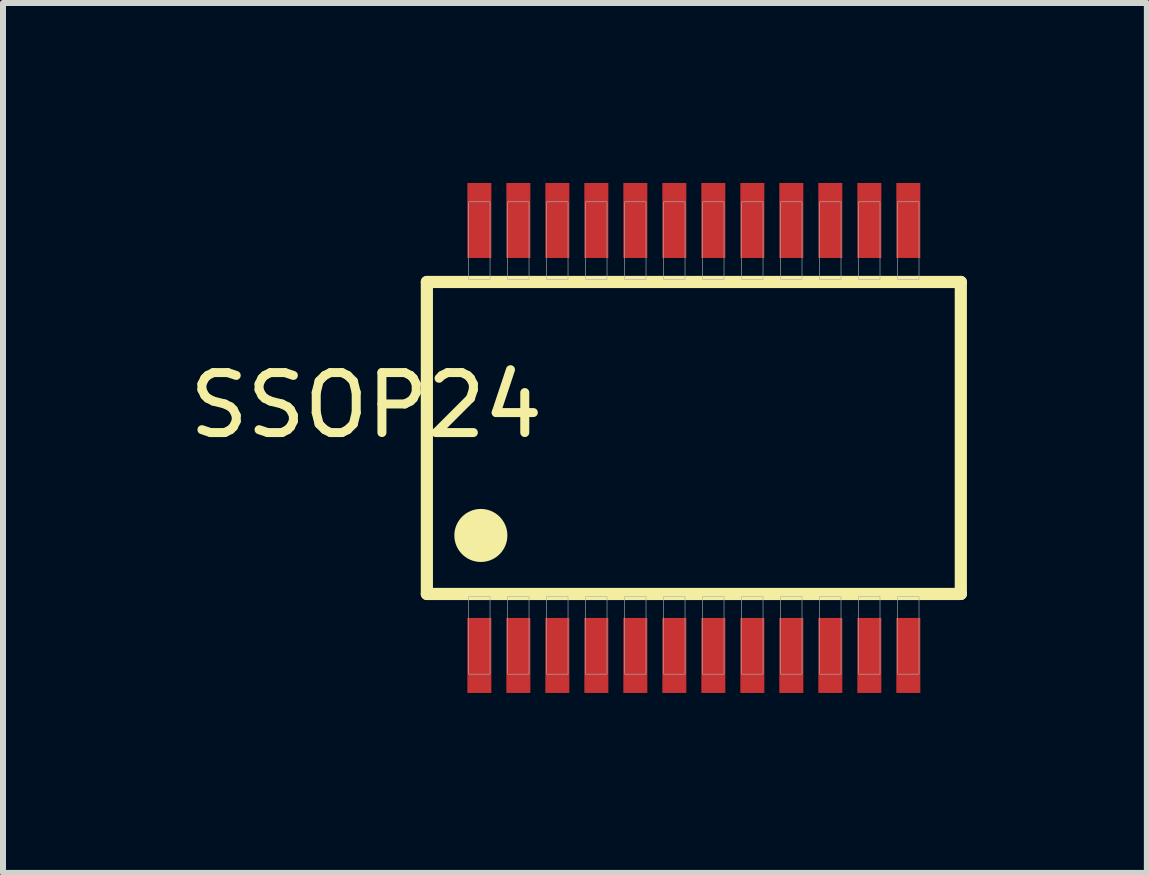
<source format=kicad_pcb>
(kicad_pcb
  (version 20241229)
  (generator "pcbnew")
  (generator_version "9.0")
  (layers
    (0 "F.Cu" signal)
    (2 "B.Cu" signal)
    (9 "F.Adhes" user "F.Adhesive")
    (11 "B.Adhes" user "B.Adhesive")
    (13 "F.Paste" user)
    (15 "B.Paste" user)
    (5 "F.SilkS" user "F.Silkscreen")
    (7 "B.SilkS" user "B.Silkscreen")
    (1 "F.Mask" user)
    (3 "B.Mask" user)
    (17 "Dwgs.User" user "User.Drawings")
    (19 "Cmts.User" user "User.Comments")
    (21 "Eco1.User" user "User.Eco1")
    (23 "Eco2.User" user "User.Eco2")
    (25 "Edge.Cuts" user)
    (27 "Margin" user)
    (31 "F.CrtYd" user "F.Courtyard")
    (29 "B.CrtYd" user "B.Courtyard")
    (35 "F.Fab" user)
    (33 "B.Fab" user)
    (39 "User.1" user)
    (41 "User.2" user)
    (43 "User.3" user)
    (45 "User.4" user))
  (footprint "SSOP24"
    (layer "F.Cu")
    (at 8.515 4.25)
    (property "Reference" "SSOP24" (at -5.461 -0.545 180) (layer "F.SilkS") (effects (font (size 1 1) (thickness 0.15))))
    (attr smd)
    (fp_line (start -4.45 -2.6) (end -4.45 2.6) (stroke (width 0.203) (type solid)) (layer "F.SilkS"))
    (fp_line (start -4.45 2.6) (end 4.45 2.6) (stroke (width 0.203) (type solid)) (layer "F.SilkS"))
    (fp_line (start 4.45 -2.6) (end -4.45 -2.6) (stroke (width 0.203) (type solid)) (layer "F.SilkS"))
    (fp_line (start 4.45 2.6) (end 4.45 -2.6) (stroke (width 0.203) (type solid)) (layer "F.SilkS"))
    (fp_circle (center -3.55 1.625) (end -3.108 1.625) (stroke (width 0) (type solid)) (fill yes) (layer "F.SilkS"))
    (fp_poly (pts (xy -3.753 -3.937) (xy -3.397 -3.937) (xy -3.397 -2.642) (xy -3.753 -2.642)) (stroke (width 0.01) (type solid)) (fill no) (layer "F.Fab"))
    (fp_poly (pts (xy -3.753 2.642) (xy -3.397 2.642) (xy -3.397 3.937) (xy -3.753 3.937)) (stroke (width 0.01) (type solid)) (fill no) (layer "F.Fab"))
    (fp_poly (pts (xy -3.103 -3.937) (xy -2.747 -3.937) (xy -2.747 -2.642) (xy -3.103 -2.642)) (stroke (width 0.01) (type solid)) (fill no) (layer "F.Fab"))
    (fp_poly (pts (xy -3.103 2.642) (xy -2.747 2.642) (xy -2.747 3.937) (xy -3.103 3.937)) (stroke (width 0.01) (type solid)) (fill no) (layer "F.Fab"))
    (fp_poly (pts (xy -2.453 -3.937) (xy -2.097 -3.937) (xy -2.097 -2.642) (xy -2.453 -2.642)) (stroke (width 0.01) (type solid)) (fill no) (layer "F.Fab"))
    (fp_poly (pts (xy -2.453 2.642) (xy -2.097 2.642) (xy -2.097 3.937) (xy -2.453 3.937)) (stroke (width 0.01) (type solid)) (fill no) (layer "F.Fab"))
    (fp_poly (pts (xy -1.803 -3.937) (xy -1.447 -3.937) (xy -1.447 -2.642) (xy -1.803 -2.642)) (stroke (width 0.01) (type solid)) (fill no) (layer "F.Fab"))
    (fp_poly (pts (xy -1.803 2.642) (xy -1.447 2.642) (xy -1.447 3.937) (xy -1.803 3.937)) (stroke (width 0.01) (type solid)) (fill no) (layer "F.Fab"))
    (fp_poly (pts (xy -1.153 -3.937) (xy -0.797 -3.937) (xy -0.797 -2.642) (xy -1.153 -2.642)) (stroke (width 0.01) (type solid)) (fill no) (layer "F.Fab"))
    (fp_poly (pts (xy -1.153 2.642) (xy -0.797 2.642) (xy -0.797 3.937) (xy -1.153 3.937)) (stroke (width 0.01) (type solid)) (fill no) (layer "F.Fab"))
    (fp_poly (pts (xy -0.503 -3.937) (xy -0.147 -3.937) (xy -0.147 -2.642) (xy -0.503 -2.642)) (stroke (width 0.01) (type solid)) (fill no) (layer "F.Fab"))
    (fp_poly (pts (xy -0.503 2.642) (xy -0.147 2.642) (xy -0.147 3.937) (xy -0.503 3.937)) (stroke (width 0.01) (type solid)) (fill no) (layer "F.Fab"))
    (fp_poly (pts (xy 0.147 -3.937) (xy 0.503 -3.937) (xy 0.503 -2.642) (xy 0.147 -2.642)) (stroke (width 0.01) (type solid)) (fill no) (layer "F.Fab"))
    (fp_poly (pts (xy 0.147 2.642) (xy 0.503 2.642) (xy 0.503 3.937) (xy 0.147 3.937)) (stroke (width 0.01) (type solid)) (fill no) (layer "F.Fab"))
    (fp_poly (pts (xy 0.797 -3.937) (xy 1.153 -3.937) (xy 1.153 -2.642) (xy 0.797 -2.642)) (stroke (width 0.01) (type solid)) (fill no) (layer "F.Fab"))
    (fp_poly (pts (xy 0.797 2.642) (xy 1.153 2.642) (xy 1.153 3.937) (xy 0.797 3.937)) (stroke (width 0.01) (type solid)) (fill no) (layer "F.Fab"))
    (fp_poly (pts (xy 1.447 -3.937) (xy 1.803 -3.937) (xy 1.803 -2.642) (xy 1.447 -2.642)) (stroke (width 0.01) (type solid)) (fill no) (layer "F.Fab"))
    (fp_poly (pts (xy 1.447 2.642) (xy 1.803 2.642) (xy 1.803 3.937) (xy 1.447 3.937)) (stroke (width 0.01) (type solid)) (fill no) (layer "F.Fab"))
    (fp_poly (pts (xy 2.097 -3.937) (xy 2.453 -3.937) (xy 2.453 -2.642) (xy 2.097 -2.642)) (stroke (width 0.01) (type solid)) (fill no) (layer "F.Fab"))
    (fp_poly (pts (xy 2.097 2.642) (xy 2.453 2.642) (xy 2.453 3.937) (xy 2.097 3.937)) (stroke (width 0.01) (type solid)) (fill no) (layer "F.Fab"))
    (fp_poly (pts (xy 2.747 -3.937) (xy 3.103 -3.937) (xy 3.103 -2.642) (xy 2.747 -2.642)) (stroke (width 0.01) (type solid)) (fill no) (layer "F.Fab"))
    (fp_poly (pts (xy 2.747 2.642) (xy 3.103 2.642) (xy 3.103 3.937) (xy 2.747 3.937)) (stroke (width 0.01) (type solid)) (fill no) (layer "F.Fab"))
    (fp_poly (pts (xy 3.397 -3.937) (xy 3.753 -3.937) (xy 3.753 -2.642) (xy 3.397 -2.642)) (stroke (width 0.01) (type solid)) (fill no) (layer "F.Fab"))
    (fp_poly (pts (xy 3.397 2.642) (xy 3.753 2.642) (xy 3.753 3.937) (xy 3.397 3.937)) (stroke (width 0.01) (type solid)) (fill no) (layer "F.Fab"))
    (pad "1" smd rect (at -3.575 3.625) (size 0.4 1.25) (layers "F.Cu" "F.Mask" "F.Paste"))
    (pad "2" smd rect (at -2.925 3.625) (size 0.4 1.25) (layers "F.Cu" "F.Mask" "F.Paste"))
    (pad "3" smd rect (at -2.275 3.625) (size 0.4 1.25) (layers "F.Cu" "F.Mask" "F.Paste"))
    (pad "4" smd rect (at -1.625 3.625) (size 0.4 1.25) (layers "F.Cu" "F.Mask" "F.Paste"))
    (pad "5" smd rect (at -0.975 3.625) (size 0.4 1.25) (layers "F.Cu" "F.Mask" "F.Paste"))
    (pad "6" smd rect (at -0.325 3.625) (size 0.4 1.25) (layers "F.Cu" "F.Mask" "F.Paste"))
    (pad "7" smd rect (at 0.325 3.625) (size 0.4 1.25) (layers "F.Cu" "F.Mask" "F.Paste"))
    (pad "8" smd rect (at 0.975 3.625) (size 0.4 1.25) (layers "F.Cu" "F.Mask" "F.Paste"))
    (pad "9" smd rect (at 1.625 3.625) (size 0.4 1.25) (layers "F.Cu" "F.Mask" "F.Paste"))
    (pad "10" smd rect (at 2.275 3.625) (size 0.4 1.25) (layers "F.Cu" "F.Mask" "F.Paste"))
    (pad "11" smd rect (at 2.925 3.625) (size 0.4 1.25) (layers "F.Cu" "F.Mask" "F.Paste"))
    (pad "12" smd rect (at 3.575 3.625) (size 0.4 1.25) (layers "F.Cu" "F.Mask" "F.Paste"))
    (pad "13" smd rect (at 3.575 -3.625) (size 0.4 1.25) (layers "F.Cu" "F.Mask" "F.Paste"))
    (pad "14" smd rect (at 2.925 -3.625) (size 0.4 1.25) (layers "F.Cu" "F.Mask" "F.Paste"))
    (pad "15" smd rect (at 2.275 -3.625) (size 0.4 1.25) (layers "F.Cu" "F.Mask" "F.Paste"))
    (pad "16" smd rect (at 1.625 -3.625) (size 0.4 1.25) (layers "F.Cu" "F.Mask" "F.Paste"))
    (pad "17" smd rect (at 0.975 -3.625) (size 0.4 1.25) (layers "F.Cu" "F.Mask" "F.Paste"))
    (pad "18" smd rect (at 0.325 -3.625) (size 0.4 1.25) (layers "F.Cu" "F.Mask" "F.Paste"))
    (pad "19" smd rect (at -0.325 -3.625) (size 0.4 1.25) (layers "F.Cu" "F.Mask" "F.Paste"))
    (pad "20" smd rect (at -0.975 -3.625) (size 0.4 1.25) (layers "F.Cu" "F.Mask" "F.Paste"))
    (pad "21" smd rect (at -1.625 -3.625) (size 0.4 1.25) (layers "F.Cu" "F.Mask" "F.Paste"))
    (pad "22" smd rect (at -2.275 -3.625) (size 0.4 1.25) (layers "F.Cu" "F.Mask" "F.Paste"))
    (pad "23" smd rect (at -2.925 -3.625) (size 0.4 1.25) (layers "F.Cu" "F.Mask" "F.Paste"))
    (pad "24" smd rect (at -3.575 -3.625) (size 0.4 1.25) (layers "F.Cu" "F.Mask" "F.Paste")))
  (gr_rect
    (start -3 -3)
    (end 16.066 11.5)
    (stroke (width 0.1) (type default))
    (fill no)
    (layer "Edge.Cuts")))
</source>
